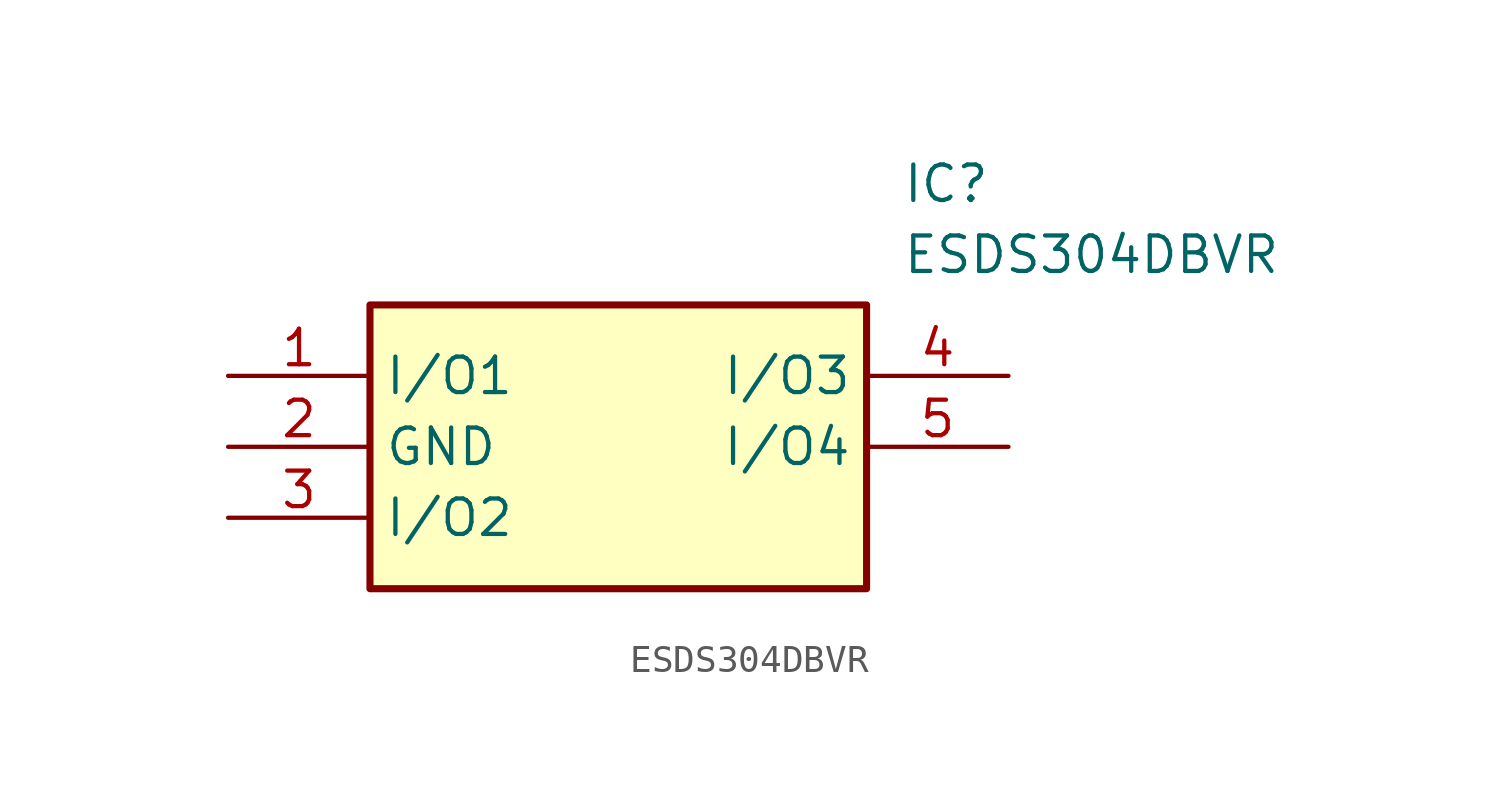
<source format=kicad_sym>
(kicad_symbol_lib
  (version 20211014)
  (generator SamacSys_ECAD_Model)
  (symbol "ESDS304DBVR"
    (property "Reference" "IC"
      (at 24.13 7.62 0)
      (effects (font (size 1.27 1.27)) (justify left top)))
    (property "Value" "ESDS304DBVR"
      (at 24.13 5.08 0)
      (effects (font (size 1.27 1.27)) (justify left top)))
    (rectangle
      (start 5.08 2.54)
      (end 22.86 -7.62)
      (stroke (width 0.254) (type default))
      (fill (type background)))
    (pin passive line
      (at 0 0 0)
      (length 5.08)
      (name "I/O1" (effects (font (size 1.27 1.27))))
      (number "1" (effects (font (size 1.27 1.27)))))
    (pin passive line
      (at 0 -2.54 0)
      (length 5.08)
      (name "GND" (effects (font (size 1.27 1.27))))
      (number "2" (effects (font (size 1.27 1.27)))))
    (pin passive line
      (at 0 -5.08 0)
      (length 5.08)
      (name "I/O2" (effects (font (size 1.27 1.27))))
      (number "3" (effects (font (size 1.27 1.27)))))
    (pin passive line
      (at 27.94 0 180)
      (length 5.08)
      (name "I/O3" (effects (font (size 1.27 1.27))))
      (number "4" (effects (font (size 1.27 1.27)))))
    (pin passive line
      (at 27.94 -2.54 180)
      (length 5.08)
      (name "I/O4" (effects (font (size 1.27 1.27))))
      (number "5" (effects (font (size 1.27 1.27)))))))
</source>
